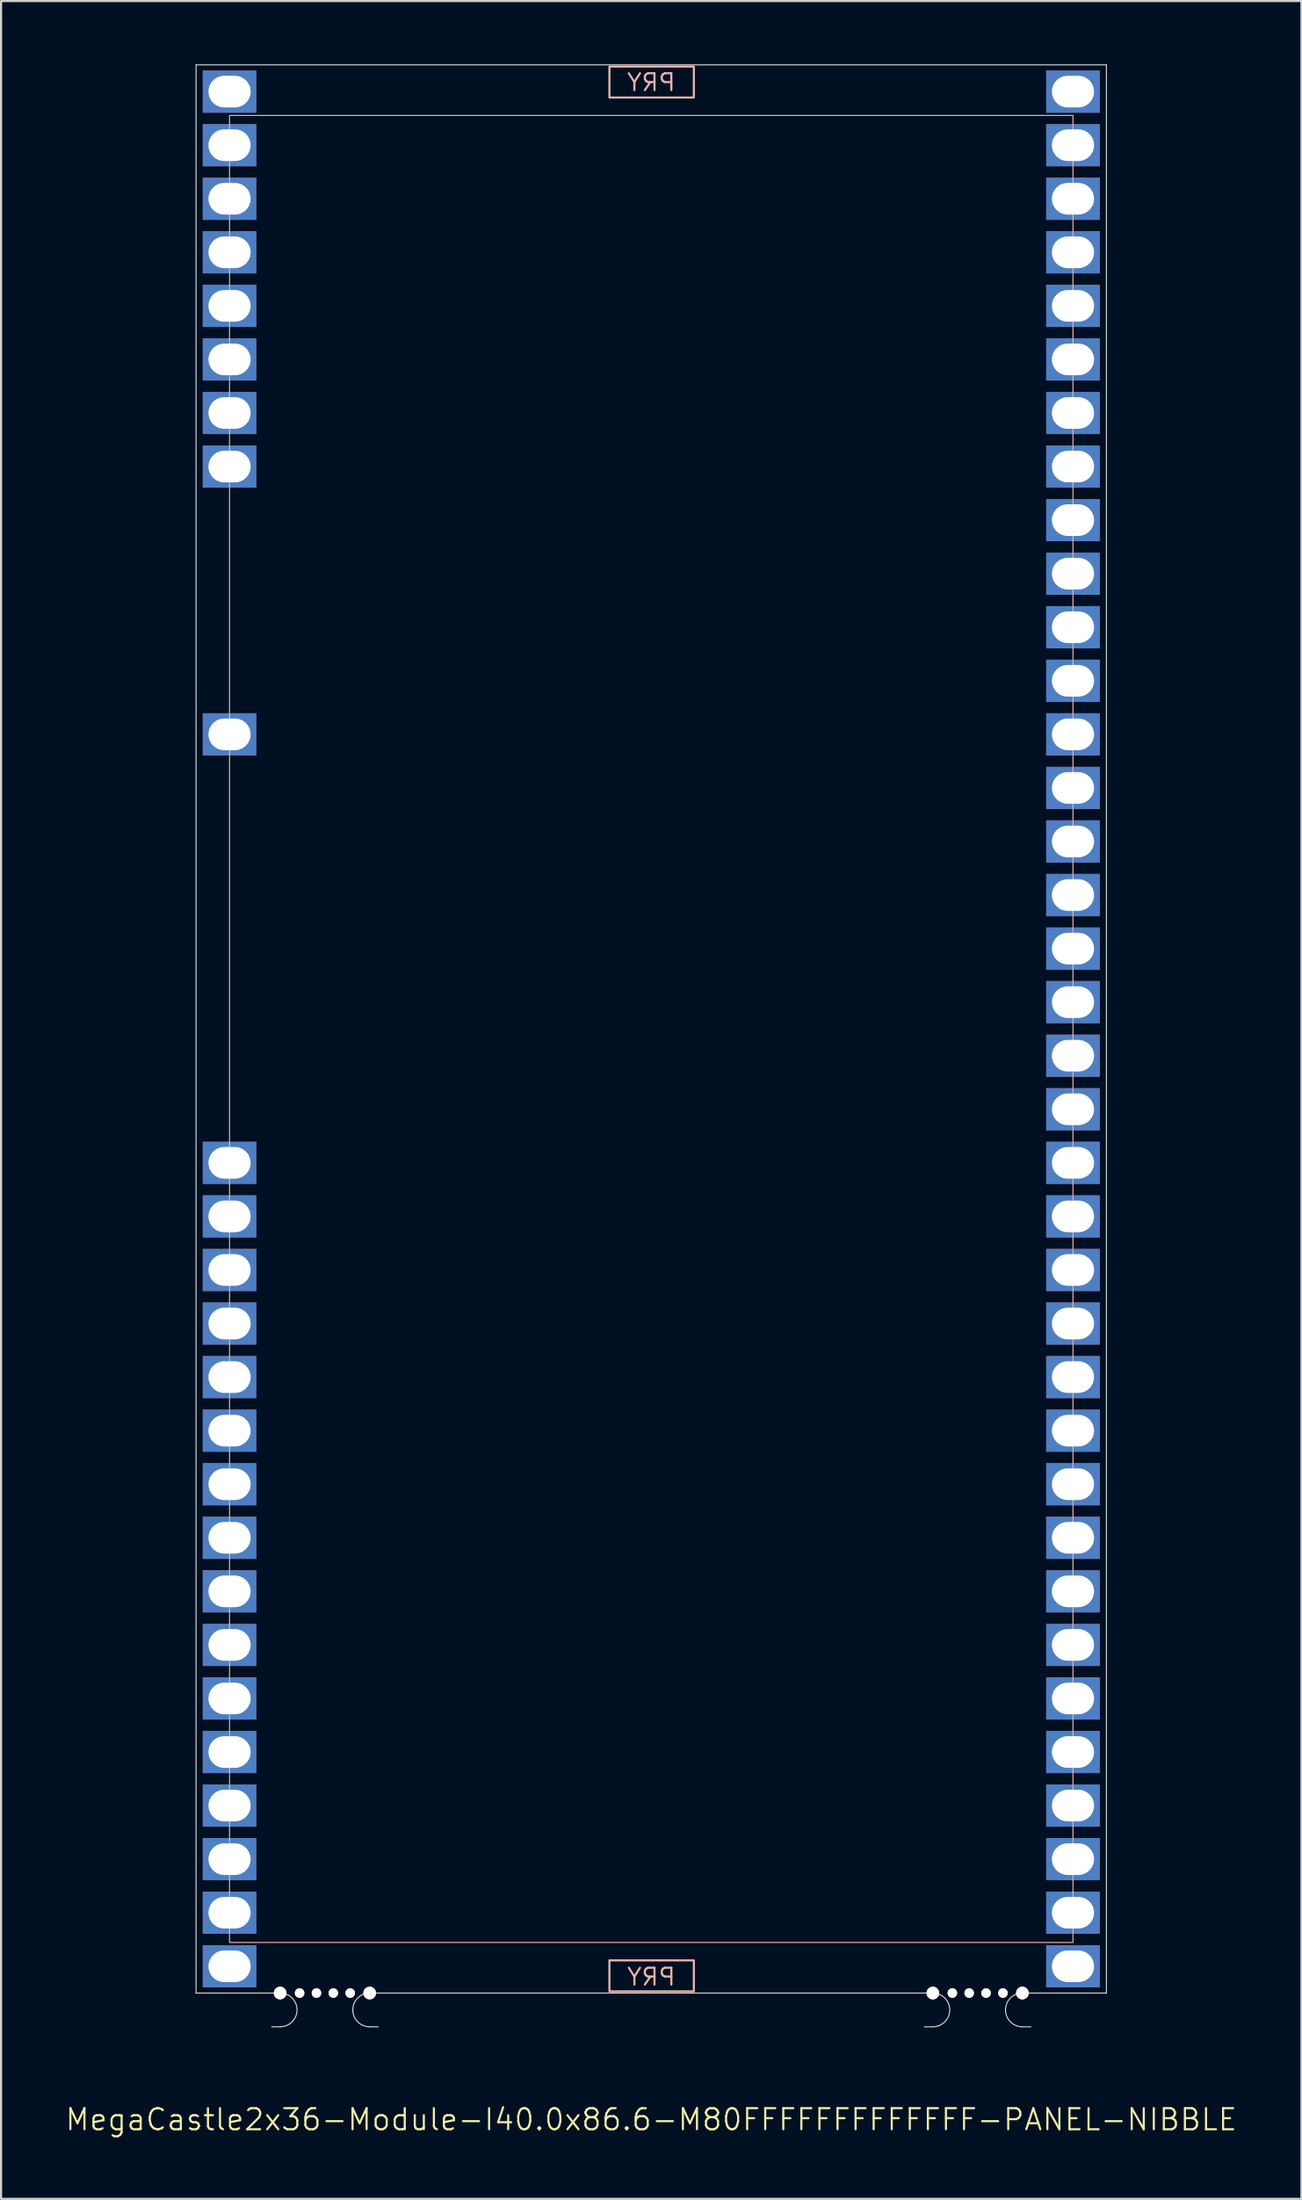
<source format=kicad_pcb>
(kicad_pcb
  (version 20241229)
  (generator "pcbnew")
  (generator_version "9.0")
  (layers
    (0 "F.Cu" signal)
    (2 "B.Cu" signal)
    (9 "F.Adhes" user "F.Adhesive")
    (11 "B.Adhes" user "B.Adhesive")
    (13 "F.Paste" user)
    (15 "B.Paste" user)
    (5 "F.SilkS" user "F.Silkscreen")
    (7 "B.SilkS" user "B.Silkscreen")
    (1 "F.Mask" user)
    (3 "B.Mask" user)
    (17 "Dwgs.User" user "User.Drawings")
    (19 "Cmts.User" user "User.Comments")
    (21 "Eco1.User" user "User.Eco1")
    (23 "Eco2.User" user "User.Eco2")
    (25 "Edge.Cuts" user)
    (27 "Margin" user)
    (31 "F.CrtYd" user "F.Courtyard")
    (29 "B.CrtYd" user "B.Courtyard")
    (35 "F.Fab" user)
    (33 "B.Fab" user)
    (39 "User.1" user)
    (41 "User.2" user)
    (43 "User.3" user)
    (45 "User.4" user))
  (footprint "MegaCastle2x36-Module-I40.0x86.6-M80FFFFFFFFFFFFF-PANEL-NIBBLE"
    (layer "F.Cu")
    (at 27.836 45.745)
    (property "Reference" "MegaCastle2x36-Module-I40.0x86.6-M80FFFFFFFFFFFFF-PANEL-NIBBLE" (at 0 51.72 0) (unlocked yes) (layer "F.SilkS") (effects (font (size 1 1) (thickness 0.1))))
    (attr smd)
    (fp_rect (start -20 43.32) (end 20 -43.32) (stroke (width 0.05) (type default)) (fill no) (layer "B.SilkS"))
    (fp_rect (start -1.984 -44.171) (end 2.02 -45.64) (stroke (width 0.1) (type default)) (fill no) (layer "B.SilkS"))
    (fp_rect (start -1.984 44.171) (end 2.02 45.64) (stroke (width 0.1) (type default)) (fill no) (layer "B.SilkS"))
    (fp_line (start -21.587 -45.72) (end -21.587 45.72) (stroke (width 0.05) (type default)) (layer "Edge.Cuts"))
    (fp_line (start -21.587 -45.72) (end 21.587 -45.72) (stroke (width 0.05) (type default)) (layer "Edge.Cuts"))
    (fp_line (start -21.587 45.72) (end -18 45.72) (stroke (width 0.05) (type default)) (layer "Edge.Cuts"))
    (fp_line (start -18 45.72) (end -17.6 45.72) (stroke (width 0.05) (type default)) (layer "Edge.Cuts"))
    (fp_line (start -18 47.32) (end -17.6 47.32) (stroke (width 0.05) (type default)) (layer "Edge.Cuts"))
    (fp_line (start -12.955 45.72) (end -13.355 45.72) (stroke (width 0.05) (type default)) (layer "Edge.Cuts"))
    (fp_line (start -12.955 45.72) (end 12.955 45.72) (stroke (width 0.05) (type default)) (layer "Edge.Cuts"))
    (fp_line (start -12.955 47.32) (end -13.355 47.32) (stroke (width 0.05) (type default)) (layer "Edge.Cuts"))
    (fp_line (start 12.955 45.72) (end 13.355 45.72) (stroke (width 0.05) (type default)) (layer "Edge.Cuts"))
    (fp_line (start 12.955 47.32) (end 13.355 47.32) (stroke (width 0.05) (type default)) (layer "Edge.Cuts"))
    (fp_line (start 18 45.72) (end 17.6 45.72) (stroke (width 0.05) (type default)) (layer "Edge.Cuts"))
    (fp_line (start 18 45.72) (end 21.587 45.72) (stroke (width 0.05) (type default)) (layer "Edge.Cuts"))
    (fp_line (start 18 47.32) (end 17.6 47.32) (stroke (width 0.05) (type default)) (layer "Edge.Cuts"))
    (fp_line (start 21.587 -45.72) (end 21.587 45.72) (stroke (width 0.05) (type default)) (layer "Edge.Cuts"))
    (fp_arc (start -17.6 45.720001) (mid -16.799999 46.52) (end -17.6 47.32) (stroke (width 0.05) (type default)) (layer "Edge.Cuts"))
    (fp_arc (start -13.355 47.32) (mid -14.154999 46.520001) (end -13.355 45.720001) (stroke (width 0.05) (type default)) (layer "Edge.Cuts"))
    (fp_arc (start 13.355001 45.720001) (mid 14.155002 46.52) (end 13.355001 47.32) (stroke (width 0.05) (type default)) (layer "Edge.Cuts"))
    (fp_arc (start 17.600002 47.32) (mid 16.8 46.52) (end 17.600002 45.720001) (stroke (width 0.05) (type default)) (layer "Edge.Cuts"))
    (fp_text user "PRY" (at 0 -44.42 0) (unlocked yes) (layer "B.SilkS") (effects (font (size 0.8 0.8) (thickness 0.1)) (justify bottom mirror)))
    (fp_text user "PRY" (at 0 45.42 0) (unlocked yes) (layer "B.SilkS") (effects (font (size 0.8 0.8) (thickness 0.1)) (justify bottom mirror)))
    (pad "" np_thru_hole circle (at -17.6 45.72) (size 0.6 0.6) (drill 0.6) (layers "*.Cu" "Edge.Cuts"))
    (pad "" np_thru_hole circle (at -16.677 45.72) (size 0.45 0.45) (drill 0.45) (layers "*.Cu" "Edge.Cuts"))
    (pad "" np_thru_hole circle (at -15.878 45.72) (size 0.45 0.45) (drill 0.45) (layers "*.Cu" "Edge.Cuts"))
    (pad "" np_thru_hole circle (at -15.078 45.72) (size 0.45 0.45) (drill 0.45) (layers "*.Cu" "Edge.Cuts"))
    (pad "" np_thru_hole circle (at -14.277 45.72) (size 0.45 0.45) (drill 0.45) (layers "*.Cu" "Edge.Cuts"))
    (pad "" np_thru_hole circle (at -13.355 45.72) (size 0.6 0.6) (drill 0.6) (layers "*.Cu" "Edge.Cuts"))
    (pad "" np_thru_hole circle (at 13.355 45.72) (size 0.6 0.6) (drill 0.6) (layers "*.Cu" "Edge.Cuts"))
    (pad "" np_thru_hole circle (at 14.278 45.72) (size 0.45 0.45) (drill 0.45) (layers "*.Cu" "Edge.Cuts"))
    (pad "" np_thru_hole circle (at 15.078 45.72) (size 0.45 0.45) (drill 0.45) (layers "*.Cu" "Edge.Cuts"))
    (pad "" np_thru_hole circle (at 15.878 45.72) (size 0.45 0.45) (drill 0.45) (layers "*.Cu" "Edge.Cuts"))
    (pad "" np_thru_hole circle (at 16.678 45.72) (size 0.45 0.45) (drill 0.45) (layers "*.Cu" "Edge.Cuts"))
    (pad "" np_thru_hole circle (at 17.6 45.72) (size 0.6 0.6) (drill 0.6) (layers "*.Cu" "Edge.Cuts"))
    (pad "1" thru_hole rect (at -20 -44.45) (size 2.54 2) (drill oval 2 1.5) (property pad_prop_castellated) (layers "*.Cu" "*.Mask"))
    (pad "2" thru_hole rect (at -20 -41.91) (size 2.54 2) (drill oval 2 1.5) (property pad_prop_castellated) (layers "*.Cu" "*.Mask"))
    (pad "3" thru_hole rect (at -20 -39.37) (size 2.54 2) (drill oval 2 1.5) (property pad_prop_castellated) (layers "*.Cu" "*.Mask"))
    (pad "4" thru_hole rect (at -20 -36.83) (size 2.54 2) (drill oval 2 1.5) (property pad_prop_castellated) (layers "*.Cu" "*.Mask"))
    (pad "5" thru_hole rect (at -20 -34.29) (size 2.54 2) (drill oval 2 1.5) (property pad_prop_castellated) (layers "*.Cu" "*.Mask"))
    (pad "6" thru_hole rect (at -20 -31.75) (size 2.54 2) (drill oval 2 1.5) (property pad_prop_castellated) (layers "*.Cu" "*.Mask"))
    (pad "7" thru_hole rect (at -20 -29.21) (size 2.54 2) (drill oval 2 1.5) (property pad_prop_castellated) (layers "*.Cu" "*.Mask"))
    (pad "8" thru_hole rect (at -20 -26.67) (size 2.54 2) (drill oval 2 1.5) (property pad_prop_castellated) (layers "*.Cu" "*.Mask"))
    (pad "13" thru_hole rect (at -20 -13.97) (size 2.54 2) (drill oval 2 1.5) (property pad_prop_castellated) (layers "*.Cu" "*.Mask"))
    (pad "21" thru_hole rect (at -20 6.35) (size 2.54 2) (drill oval 2 1.5) (property pad_prop_castellated) (layers "*.Cu" "*.Mask"))
    (pad "22" thru_hole rect (at -20 8.89) (size 2.54 2) (drill oval 2 1.5) (property pad_prop_castellated) (layers "*.Cu" "*.Mask"))
    (pad "23" thru_hole rect (at -20 11.43) (size 2.54 2) (drill oval 2 1.5) (property pad_prop_castellated) (layers "*.Cu" "*.Mask"))
    (pad "24" thru_hole rect (at -20 13.97) (size 2.54 2) (drill oval 2 1.5) (property pad_prop_castellated) (layers "*.Cu" "*.Mask"))
    (pad "25" thru_hole rect (at -20 16.51) (size 2.54 2) (drill oval 2 1.5) (property pad_prop_castellated) (layers "*.Cu" "*.Mask"))
    (pad "26" thru_hole rect (at -20 19.05) (size 2.54 2) (drill oval 2 1.5) (property pad_prop_castellated) (layers "*.Cu" "*.Mask"))
    (pad "27" thru_hole rect (at -20 21.59) (size 2.54 2) (drill oval 2 1.5) (property pad_prop_castellated) (layers "*.Cu" "*.Mask"))
    (pad "28" thru_hole rect (at -20 24.13) (size 2.54 2) (drill oval 2 1.5) (property pad_prop_castellated) (layers "*.Cu" "*.Mask"))
    (pad "29" thru_hole rect (at -20 26.67) (size 2.54 2) (drill oval 2 1.5) (property pad_prop_castellated) (layers "*.Cu" "*.Mask"))
    (pad "30" thru_hole rect (at -20 29.21) (size 2.54 2) (drill oval 2 1.5) (property pad_prop_castellated) (layers "*.Cu" "*.Mask"))
    (pad "31" thru_hole rect (at -20 31.75) (size 2.54 2) (drill oval 2 1.5) (property pad_prop_castellated) (layers "*.Cu" "*.Mask"))
    (pad "32" thru_hole rect (at -20 34.29) (size 2.54 2) (drill oval 2 1.5) (property pad_prop_castellated) (layers "*.Cu" "*.Mask"))
    (pad "33" thru_hole rect (at -20 36.83) (size 2.54 2) (drill oval 2 1.5) (property pad_prop_castellated) (layers "*.Cu" "*.Mask"))
    (pad "34" thru_hole rect (at -20 39.37) (size 2.54 2) (drill oval 2 1.5) (property pad_prop_castellated) (layers "*.Cu" "*.Mask"))
    (pad "35" thru_hole rect (at -20 41.91) (size 2.54 2) (drill oval 2 1.5) (property pad_prop_castellated) (layers "*.Cu" "*.Mask"))
    (pad "36" thru_hole rect (at -20 44.45) (size 2.54 2) (drill oval 2 1.5) (property pad_prop_castellated) (layers "*.Cu" "*.Mask"))
    (pad "37" thru_hole rect (at 20 -44.45) (size 2.54 2) (drill oval 2 1.5) (property pad_prop_castellated) (layers "*.Cu" "*.Mask"))
    (pad "38" thru_hole rect (at 20 -41.91) (size 2.54 2) (drill oval 2 1.5) (property pad_prop_castellated) (layers "*.Cu" "*.Mask"))
    (pad "39" thru_hole rect (at 20 -39.37) (size 2.54 2) (drill oval 2 1.5) (property pad_prop_castellated) (layers "*.Cu" "*.Mask"))
    (pad "40" thru_hole rect (at 20 -36.83) (size 2.54 2) (drill oval 2 1.5) (property pad_prop_castellated) (layers "*.Cu" "*.Mask"))
    (pad "41" thru_hole rect (at 20 -34.29) (size 2.54 2) (drill oval 2 1.5) (property pad_prop_castellated) (layers "*.Cu" "*.Mask"))
    (pad "42" thru_hole rect (at 20 -31.75) (size 2.54 2) (drill oval 2 1.5) (property pad_prop_castellated) (layers "*.Cu" "*.Mask"))
    (pad "43" thru_hole rect (at 20 -29.21) (size 2.54 2) (drill oval 2 1.5) (property pad_prop_castellated) (layers "*.Cu" "*.Mask"))
    (pad "44" thru_hole rect (at 20 -26.67) (size 2.54 2) (drill oval 2 1.5) (property pad_prop_castellated) (layers "*.Cu" "*.Mask"))
    (pad "45" thru_hole rect (at 20 -24.13) (size 2.54 2) (drill oval 2 1.5) (property pad_prop_castellated) (layers "*.Cu" "*.Mask"))
    (pad "46" thru_hole rect (at 20 -21.59) (size 2.54 2) (drill oval 2 1.5) (property pad_prop_castellated) (layers "*.Cu" "*.Mask"))
    (pad "47" thru_hole rect (at 20 -19.05) (size 2.54 2) (drill oval 2 1.5) (property pad_prop_castellated) (layers "*.Cu" "*.Mask"))
    (pad "48" thru_hole rect (at 20 -16.51) (size 2.54 2) (drill oval 2 1.5) (property pad_prop_castellated) (layers "*.Cu" "*.Mask"))
    (pad "49" thru_hole rect (at 20 -13.97) (size 2.54 2) (drill oval 2 1.5) (property pad_prop_castellated) (layers "*.Cu" "*.Mask"))
    (pad "50" thru_hole rect (at 20 -11.43) (size 2.54 2) (drill oval 2 1.5) (property pad_prop_castellated) (layers "*.Cu" "*.Mask"))
    (pad "51" thru_hole rect (at 20 -8.89) (size 2.54 2) (drill oval 2 1.5) (property pad_prop_castellated) (layers "*.Cu" "*.Mask"))
    (pad "52" thru_hole rect (at 20 -6.35) (size 2.54 2) (drill oval 2 1.5) (property pad_prop_castellated) (layers "*.Cu" "*.Mask"))
    (pad "53" thru_hole rect (at 20 -3.81) (size 2.54 2) (drill oval 2 1.5) (property pad_prop_castellated) (layers "*.Cu" "*.Mask"))
    (pad "54" thru_hole rect (at 20 -1.27) (size 2.54 2) (drill oval 2 1.5) (property pad_prop_castellated) (layers "*.Cu" "*.Mask"))
    (pad "55" thru_hole rect (at 20 1.27) (size 2.54 2) (drill oval 2 1.5) (property pad_prop_castellated) (layers "*.Cu" "*.Mask"))
    (pad "56" thru_hole rect (at 20 3.81) (size 2.54 2) (drill oval 2 1.5) (property pad_prop_castellated) (layers "*.Cu" "*.Mask"))
    (pad "57" thru_hole rect (at 20 6.35) (size 2.54 2) (drill oval 2 1.5) (property pad_prop_castellated) (layers "*.Cu" "*.Mask"))
    (pad "58" thru_hole rect (at 20 8.89) (size 2.54 2) (drill oval 2 1.5) (property pad_prop_castellated) (layers "*.Cu" "*.Mask"))
    (pad "59" thru_hole rect (at 20 11.43) (size 2.54 2) (drill oval 2 1.5) (property pad_prop_castellated) (layers "*.Cu" "*.Mask"))
    (pad "60" thru_hole rect (at 20 13.97) (size 2.54 2) (drill oval 2 1.5) (property pad_prop_castellated) (layers "*.Cu" "*.Mask"))
    (pad "61" thru_hole rect (at 20 16.51) (size 2.54 2) (drill oval 2 1.5) (property pad_prop_castellated) (layers "*.Cu" "*.Mask"))
    (pad "62" thru_hole rect (at 20 19.05) (size 2.54 2) (drill oval 2 1.5) (property pad_prop_castellated) (layers "*.Cu" "*.Mask"))
    (pad "63" thru_hole rect (at 20 21.59) (size 2.54 2) (drill oval 2 1.5) (property pad_prop_castellated) (layers "*.Cu" "*.Mask"))
    (pad "64" thru_hole rect (at 20 24.13) (size 2.54 2) (drill oval 2 1.5) (property pad_prop_castellated) (layers "*.Cu" "*.Mask"))
    (pad "65" thru_hole rect (at 20 26.67) (size 2.54 2) (drill oval 2 1.5) (property pad_prop_castellated) (layers "*.Cu" "*.Mask"))
    (pad "66" thru_hole rect (at 20 29.21) (size 2.54 2) (drill oval 2 1.5) (property pad_prop_castellated) (layers "*.Cu" "*.Mask"))
    (pad "67" thru_hole rect (at 20 31.75) (size 2.54 2) (drill oval 2 1.5) (property pad_prop_castellated) (layers "*.Cu" "*.Mask"))
    (pad "68" thru_hole rect (at 20 34.29) (size 2.54 2) (drill oval 2 1.5) (property pad_prop_castellated) (layers "*.Cu" "*.Mask"))
    (pad "69" thru_hole rect (at 20 36.83) (size 2.54 2) (drill oval 2 1.5) (property pad_prop_castellated) (layers "*.Cu" "*.Mask"))
    (pad "70" thru_hole rect (at 20 39.37) (size 2.54 2) (drill oval 2 1.5) (property pad_prop_castellated) (layers "*.Cu" "*.Mask"))
    (pad "71" thru_hole rect (at 20 41.91) (size 2.54 2) (drill oval 2 1.5) (property pad_prop_castellated) (layers "*.Cu" "*.Mask"))
    (pad "72" thru_hole rect (at 20 44.45) (size 2.54 2) (drill oval 2 1.5) (property pad_prop_castellated) (layers "*.Cu" "*.Mask"))
    (zone (net_name "") (layer "B.Cu") (hatch edge 0.5) (connect_pads) (min_thickness 0.25) (filled_areas_thickness no) (keepout (tracks allowed) (vias allowed) (pads allowed) (copperpour allowed) (footprints not_allowed)) (placement (enabled no)) (fill) (polygon (pts (xy 7.836 91.465) (xy 7.836 0.025))))
    (zone (net_name "") (layer "B.Cu") (hatch edge 0.5) (connect_pads) (min_thickness 0.25) (filled_areas_thickness no) (keepout (tracks allowed) (vias allowed) (pads allowed) (copperpour allowed) (footprints not_allowed)) (placement (enabled no)) (fill) (polygon (pts (xy 47.836 91.465) (xy 47.836 0.025))))
    (zone (net_name "") (layer "B.Cu") (hatch edge 0.5) (connect_pads) (min_thickness 0.25) (filled_areas_thickness no) (keepout (tracks allowed) (vias allowed) (pads allowed) (copperpour allowed) (footprints not_allowed)) (placement (enabled no)) (fill) (polygon (pts (xy 7.836 0.025) (xy 7.836 2.425) (xy 47.836 2.425) (xy 47.836 0.025))))
    (zone (net_name "") (layer "B.Cu") (hatch edge 0.5) (connect_pads) (min_thickness 0.25) (filled_areas_thickness no) (keepout (tracks allowed) (vias allowed) (pads allowed) (copperpour allowed) (footprints not_allowed)) (placement (enabled no)) (fill) (polygon (pts (xy 7.836 91.465) (xy 7.836 89.065) (xy 47.836 89.065) (xy 47.836 91.465))))
    (zone (net_name "") (layer "B.Cu") (name "Upper Pry Zone") (hatch edge 0.5) (connect_pads) (min_thickness 0.25) (filled_areas_thickness no) (keepout (tracks not_allowed) (vias not_allowed) (pads not_allowed) (copperpour allowed) (footprints not_allowed)) (placement (enabled no)) (fill) (polygon (pts (xy 25.851 1.574) (xy 25.851 0.105) (xy 29.855 0.105) (xy 29.855 1.574))))
    (zone (net_name "") (layer "B.Cu") (name "Upper Pry Zone") (hatch edge 0.5) (connect_pads) (min_thickness 0.25) (filled_areas_thickness no) (keepout (tracks not_allowed) (vias not_allowed) (pads not_allowed) (copperpour allowed) (footprints not_allowed)) (placement (enabled no)) (fill) (polygon (pts (xy 25.851 89.916) (xy 25.851 91.385) (xy 29.855 91.385) (xy 29.855 89.916)))))
  (gr_rect
    (start -3 -3)
    (end 58.671 101.226)
    (stroke (width 0.1) (type default))
    (fill no)
    (layer "Edge.Cuts")))
</source>
